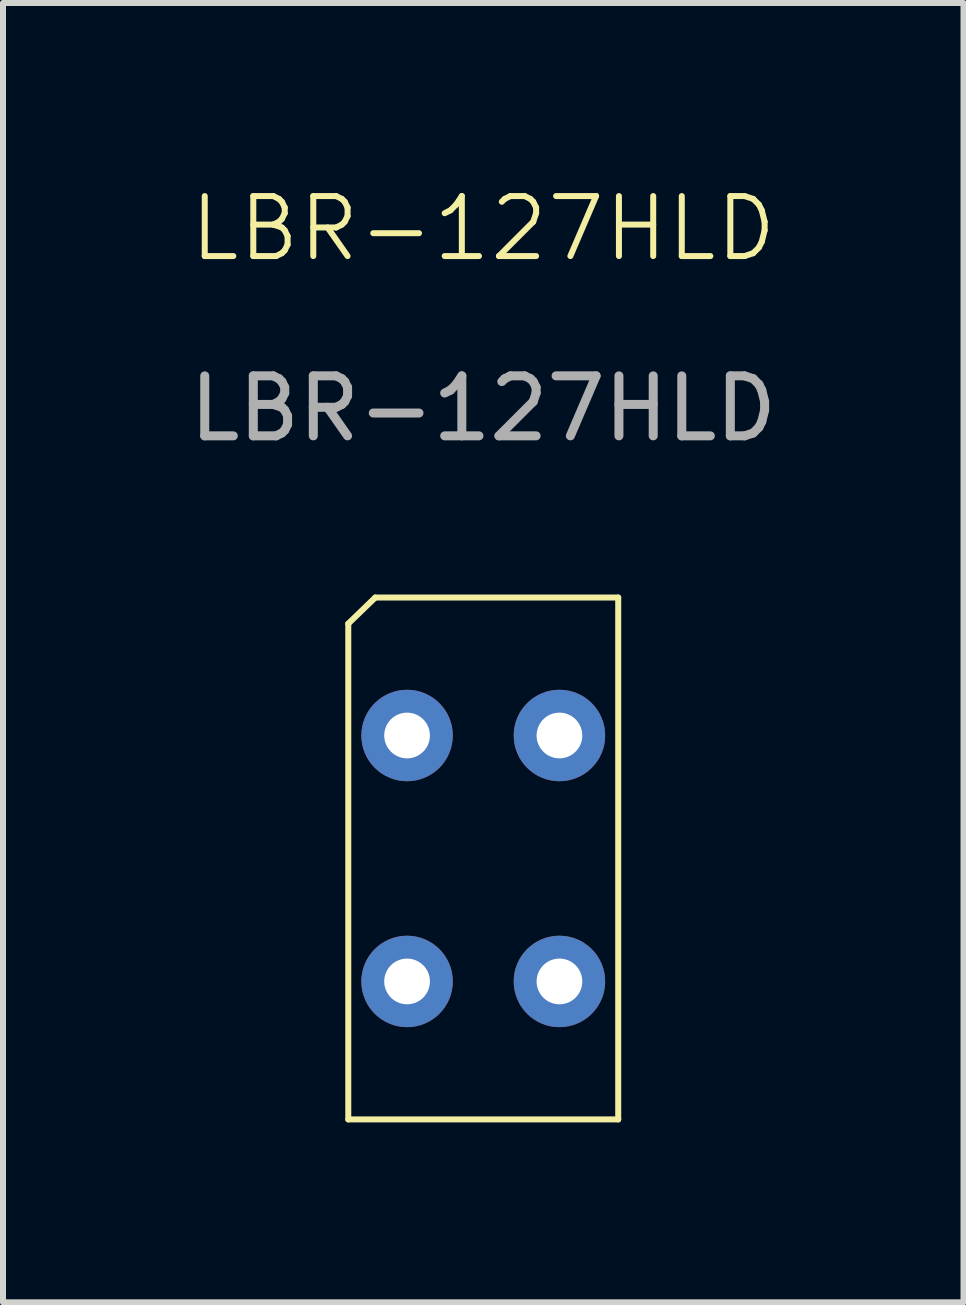
<source format=kicad_pcb>
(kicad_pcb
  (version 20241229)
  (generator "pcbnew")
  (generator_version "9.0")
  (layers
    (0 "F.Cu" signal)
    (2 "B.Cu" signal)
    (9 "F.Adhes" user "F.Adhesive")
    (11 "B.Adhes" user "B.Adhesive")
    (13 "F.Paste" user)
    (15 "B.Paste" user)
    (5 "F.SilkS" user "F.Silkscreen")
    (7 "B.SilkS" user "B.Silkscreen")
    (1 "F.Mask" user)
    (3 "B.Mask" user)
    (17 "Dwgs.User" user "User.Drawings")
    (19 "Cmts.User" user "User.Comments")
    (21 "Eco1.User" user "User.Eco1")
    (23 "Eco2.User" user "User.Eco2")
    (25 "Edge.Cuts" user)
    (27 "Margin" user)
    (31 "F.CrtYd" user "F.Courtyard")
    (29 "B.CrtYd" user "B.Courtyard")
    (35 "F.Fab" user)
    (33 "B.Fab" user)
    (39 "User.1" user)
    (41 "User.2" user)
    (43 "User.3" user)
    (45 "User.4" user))
  (footprint "LBR-127HLD"
    (layer "F.Cu")
    (at 5.006 11.261)
    (property "Reference" "LBR-127HLD" (at 0 -10.5 0) (unlocked yes) (layer "F.SilkS") (effects (font (size 1 1) (thickness 0.1))))
    (attr through_hole)
    (fp_line (start -2.25 -3.915) (end -2.25 4.35) (stroke (width 0.1) (type default)) (layer "F.SilkS"))
    (fp_line (start -2.25 4.35) (end 2.25 4.35) (stroke (width 0.1) (type default)) (layer "F.SilkS"))
    (fp_line (start -1.8 -4.35) (end -2.25 -3.915) (stroke (width 0.1) (type default)) (layer "F.SilkS"))
    (fp_line (start 2.25 -4.35) (end -1.8 -4.35) (stroke (width 0.1) (type default)) (layer "F.SilkS"))
    (fp_line (start 2.25 4.35) (end 2.25 -4.35) (stroke (width 0.1) (type default)) (layer "F.SilkS"))
    (fp_text user "${REFERENCE}" (at 0 -7.5 0) (unlocked yes) (layer "F.Fab") (effects (font (size 1 1) (thickness 0.15))))
    (pad "1" thru_hole circle (at -1.27 -2.05) (size 1.524 1.524) (drill 0.762) (layers "*.Cu" "*.Mask"))
    (pad "2" thru_hole circle (at 1.27 -2.05) (size 1.524 1.524) (drill 0.762) (layers "*.Cu" "*.Mask"))
    (pad "3" thru_hole circle (at 1.27 2.05) (size 1.524 1.524) (drill 0.762) (layers "*.Cu" "*.Mask"))
    (pad "4" thru_hole circle (at -1.27 2.05) (size 1.524 1.524) (drill 0.762) (layers "*.Cu" "*.Mask")))
  (gr_rect
    (start -3 -3)
    (end 13.012 18.66)
    (stroke (width 0.1) (type default))
    (fill no)
    (layer "Edge.Cuts")))
</source>
